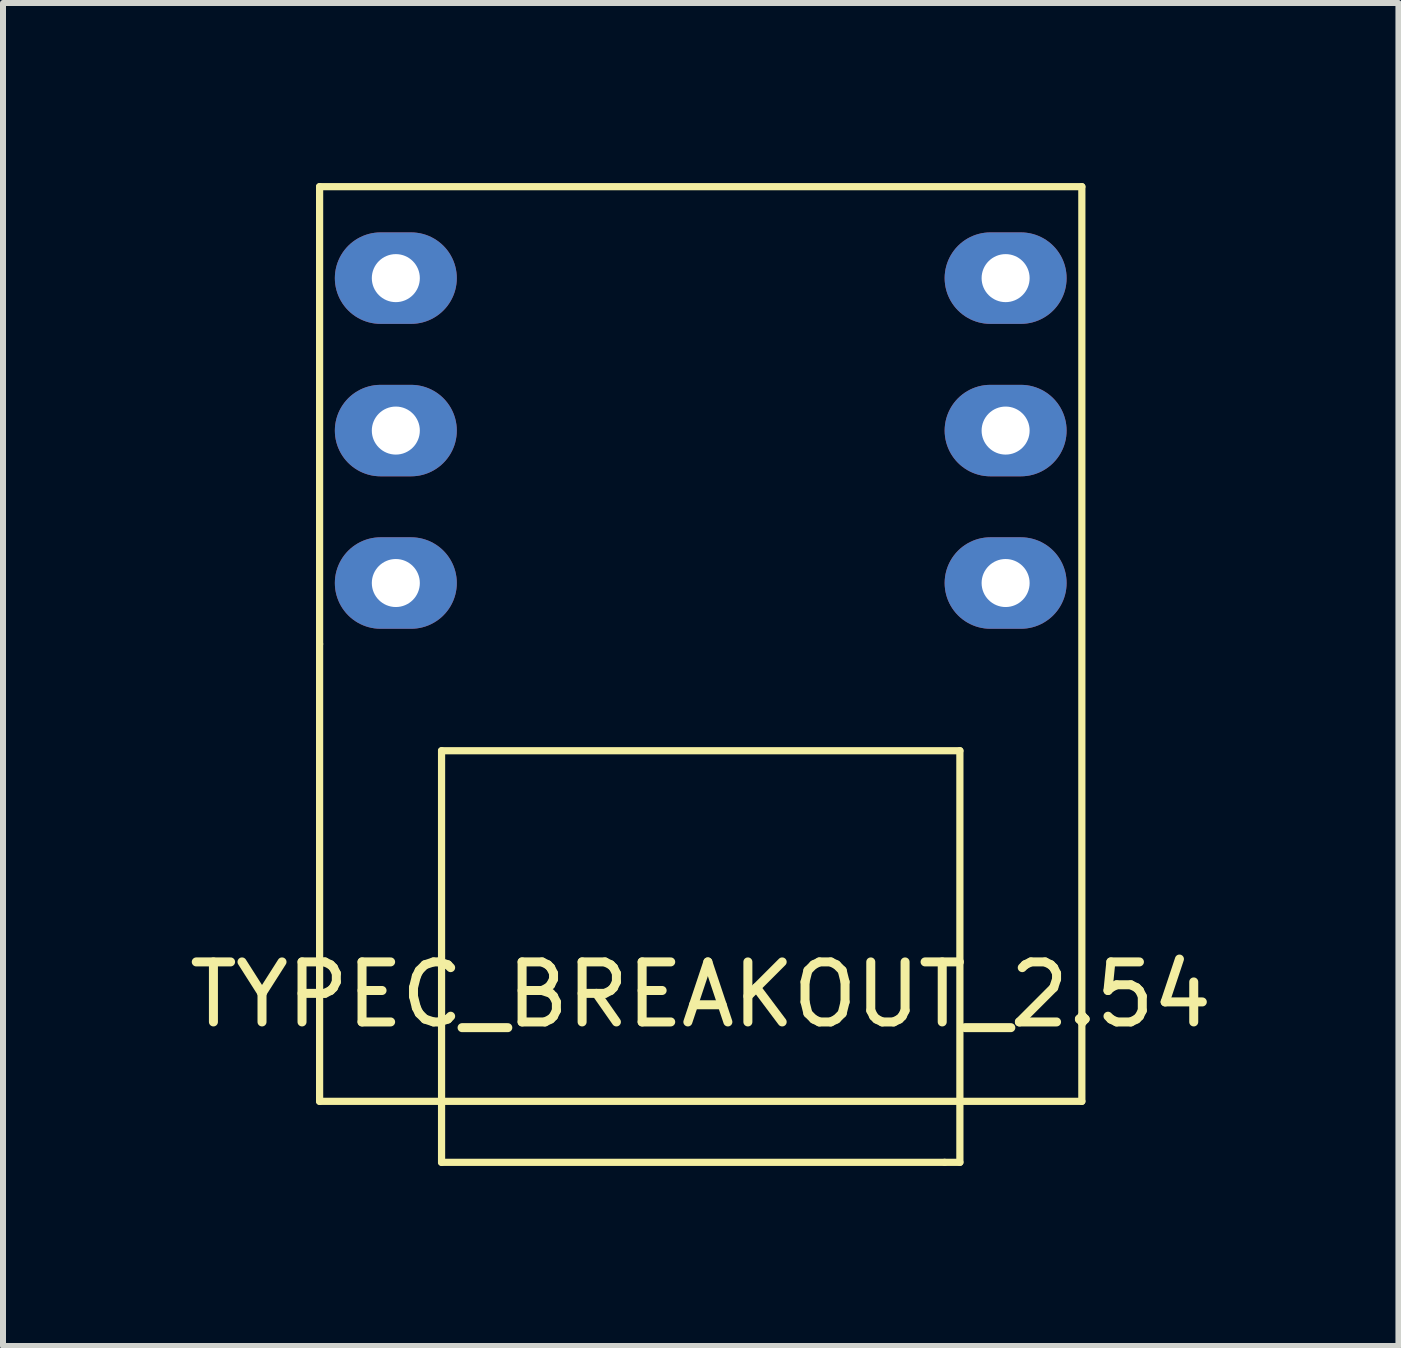
<source format=kicad_pcb>
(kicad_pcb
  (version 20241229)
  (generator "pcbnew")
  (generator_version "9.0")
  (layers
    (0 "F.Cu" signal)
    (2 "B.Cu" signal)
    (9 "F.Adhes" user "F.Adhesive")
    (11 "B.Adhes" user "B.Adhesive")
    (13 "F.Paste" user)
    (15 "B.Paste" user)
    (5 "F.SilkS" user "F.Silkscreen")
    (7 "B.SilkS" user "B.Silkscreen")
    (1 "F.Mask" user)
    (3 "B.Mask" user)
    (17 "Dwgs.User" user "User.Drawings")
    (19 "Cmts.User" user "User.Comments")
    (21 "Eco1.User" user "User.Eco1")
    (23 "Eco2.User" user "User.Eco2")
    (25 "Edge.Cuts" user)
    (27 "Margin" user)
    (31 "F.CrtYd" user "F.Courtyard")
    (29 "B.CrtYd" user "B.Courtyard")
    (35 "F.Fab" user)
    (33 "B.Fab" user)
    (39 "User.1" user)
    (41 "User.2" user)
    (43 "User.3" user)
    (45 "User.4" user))
  (footprint "TYPEC_BREAKOUT_2.54"
    (layer "F.Cu")
    (at 8.625 15.3)
    (property "Reference" "TYPEC_BREAKOUT_2.54" (at 0 -1.778 0) (layer "F.SilkS") (effects (font (size 1 1) (thickness 0.15))))
    (attr through_hole)
    (fp_line (start -6.35 -15.24) (end 6.35 -15.24) (stroke (width 0.12) (type solid)) (layer "F.SilkS"))
    (fp_line (start -6.35 -7.62) (end -6.35 -15.24) (stroke (width 0.12) (type solid)) (layer "F.SilkS"))
    (fp_line (start -6.35 0) (end -6.35 -7.62) (stroke (width 0.12) (type solid)) (layer "F.SilkS"))
    (fp_line (start -4.318 -5.842) (end 4.318 -5.842) (stroke (width 0.12) (type solid)) (layer "F.SilkS"))
    (fp_line (start -4.318 0) (end -4.318 -5.842) (stroke (width 0.12) (type solid)) (layer "F.SilkS"))
    (fp_line (start -4.318 0) (end -4.318 1.016) (stroke (width 0.12) (type solid)) (layer "F.SilkS"))
    (fp_line (start -4.318 1.016) (end 4.064 1.016) (stroke (width 0.12) (type solid)) (layer "F.SilkS"))
    (fp_line (start 4.318 -5.842) (end 4.318 1.016) (stroke (width 0.12) (type solid)) (layer "F.SilkS"))
    (fp_line (start 4.318 1.016) (end 4.064 1.016) (stroke (width 0.12) (type solid)) (layer "F.SilkS"))
    (fp_line (start 6.35 -15.24) (end 6.35 0) (stroke (width 0.12) (type solid)) (layer "F.SilkS"))
    (fp_line (start 6.35 0) (end -6.35 0) (stroke (width 0.12) (type solid)) (layer "F.SilkS"))
    (pad "1" thru_hole oval (at -5.08 -8.636) (size 2.032 1.524) (drill 0.8) (layers "*.Cu" "*.Mask"))
    (pad "2" thru_hole oval (at -5.08 -11.176) (size 2.032 1.524) (drill 0.8) (layers "*.Cu" "*.Mask"))
    (pad "3" thru_hole oval (at -5.08 -13.716) (size 2.032 1.524) (drill 0.8) (layers "*.Cu" "*.Mask"))
    (pad "4" thru_hole oval (at 5.08 -8.636) (size 2.032 1.524) (drill 0.8) (layers "*.Cu" "*.Mask"))
    (pad "5" thru_hole oval (at 5.08 -11.176) (size 2.032 1.524) (drill 0.8) (layers "*.Cu" "*.Mask"))
    (pad "6" thru_hole oval (at 5.08 -13.716) (size 2.032 1.524) (drill 0.8) (layers "*.Cu" "*.Mask")))
  (gr_rect
    (start -3 -3)
    (end 20.25 19.376)
    (stroke (width 0.1) (type default))
    (fill no)
    (layer "Edge.Cuts")))
</source>
